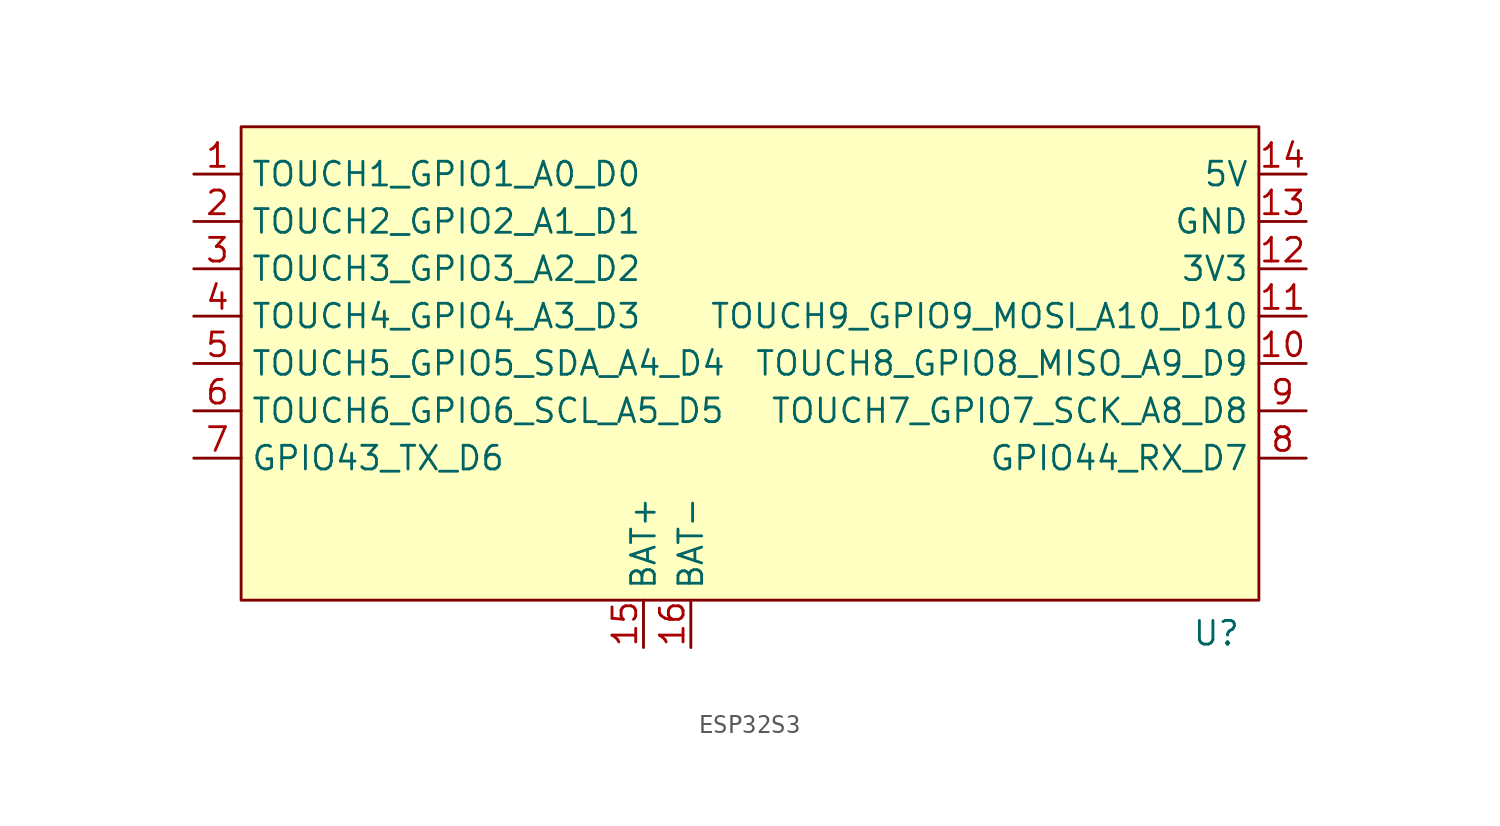
<source format=kicad_sym>
(kicad_symbol_lib
  (version 20231120)
  (generator "kicad_symbol_editor")
  (generator_version "8.0")
  (symbol "ESP32S3"
    (property "Reference" "U"
      (at 24.384 -13.208 0)
      (effects (font (size 1.27 1.27))))
    (property "Value" ""
      (at 1.27 -3.81 0)
      (effects (font (size 1.27 1.27))))
    (symbol "ESP32S3_1_1"
      (rectangle (start -27.94 13.97) (end 26.67 -11.43) (stroke (width 0) (type default)) (fill (type background)))
      (pin bidirectional line (at -30.48 11.43 0) (length 2.54) (name "TOUCH1_GPIO1_A0_D0" (effects (font (size 1.27 1.27)))) (number "1" (effects (font (size 1.27 1.27)))))
      (pin bidirectional line (at 29.21 1.27 180) (length 2.54) (name "TOUCH8_GPIO8_MISO_A9_D9" (effects (font (size 1.27 1.27)))) (number "10" (effects (font (size 1.27 1.27)))))
      (pin bidirectional line (at 29.21 3.81 180) (length 2.54) (name "TOUCH9_GPIO9_MOSI_A10_D10" (effects (font (size 1.27 1.27)))) (number "11" (effects (font (size 1.27 1.27)))))
      (pin power_out line (at 29.21 6.35 180) (length 2.54) (name "3V3" (effects (font (size 1.27 1.27)))) (number "12" (effects (font (size 1.27 1.27)))))
      (pin power_out line (at 29.21 8.89 180) (length 2.54) (name "GND" (effects (font (size 1.27 1.27)))) (number "13" (effects (font (size 1.27 1.27)))))
      (pin power_in line (at 29.21 11.43 180) (length 2.54) (name "5V" (effects (font (size 1.27 1.27)))) (number "14" (effects (font (size 1.27 1.27)))))
      (pin power_in line (at -6.35 -13.97 90) (length 2.54) (name "BAT+" (effects (font (size 1.27 1.27)))) (number "15" (effects (font (size 1.27 1.27)))))
      (pin power_out line (at -3.81 -13.97 90) (length 2.54) (name "BAT-" (effects (font (size 1.27 1.27)))) (number "16" (effects (font (size 1.27 1.27)))))
      (pin bidirectional line (at -30.48 8.89 0) (length 2.54) (name "TOUCH2_GPIO2_A1_D1" (effects (font (size 1.27 1.27)))) (number "2" (effects (font (size 1.27 1.27)))))
      (pin bidirectional line (at -30.48 6.35 0) (length 2.54) (name "TOUCH3_GPIO3_A2_D2" (effects (font (size 1.27 1.27)))) (number "3" (effects (font (size 1.27 1.27)))))
      (pin bidirectional line (at -30.48 3.81 0) (length 2.54) (name "TOUCH4_GPIO4_A3_D3" (effects (font (size 1.27 1.27)))) (number "4" (effects (font (size 1.27 1.27)))))
      (pin bidirectional line (at -30.48 1.27 0) (length 2.54) (name "TOUCH5_GPIO5_SDA_A4_D4" (effects (font (size 1.27 1.27)))) (number "5" (effects (font (size 1.27 1.27)))))
      (pin bidirectional line (at -30.48 -1.27 0) (length 2.54) (name "TOUCH6_GPIO6_SCL_A5_D5" (effects (font (size 1.27 1.27)))) (number "6" (effects (font (size 1.27 1.27)))))
      (pin bidirectional line (at -30.48 -3.81 0) (length 2.54) (name "GPIO43_TX_D6" (effects (font (size 1.27 1.27)))) (number "7" (effects (font (size 1.27 1.27)))))
      (pin bidirectional line (at 29.21 -3.81 180) (length 2.54) (name "GPIO44_RX_D7" (effects (font (size 1.27 1.27)))) (number "8" (effects (font (size 1.27 1.27)))))
      (pin bidirectional line (at 29.21 -1.27 180) (length 2.54) (name "TOUCH7_GPIO7_SCK_A8_D8" (effects (font (size 1.27 1.27)))) (number "9" (effects (font (size 1.27 1.27))))))))
</source>
